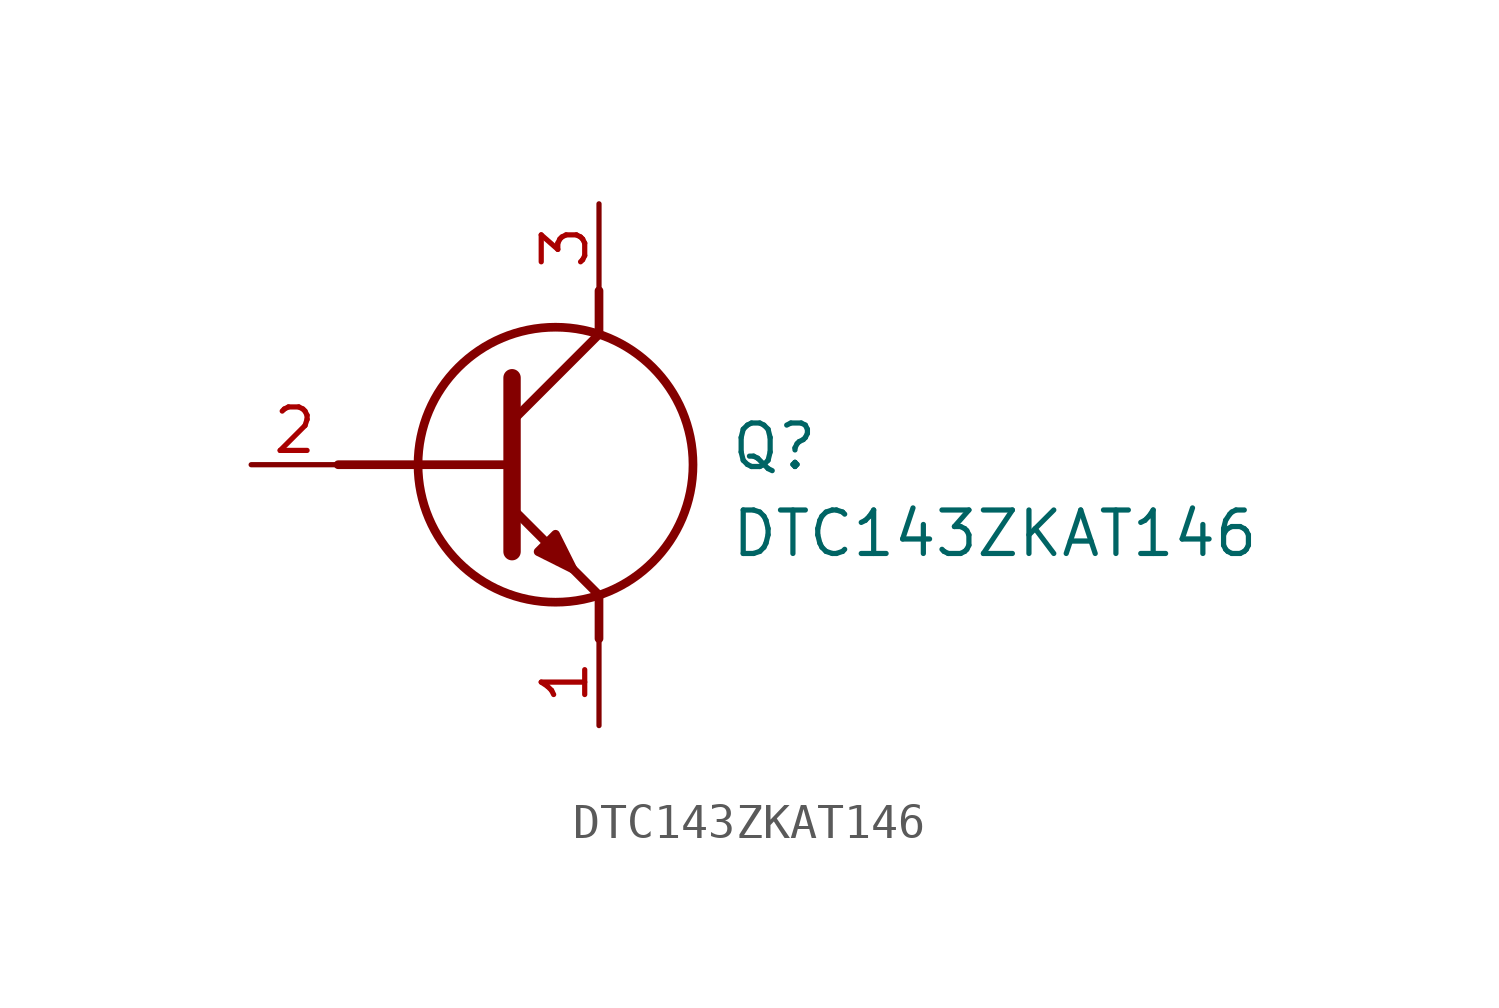
<source format=kicad_sym>
(kicad_symbol_lib
  (version 20211014)
  (generator SamacSys_ECAD_Model)
  (symbol "DTC143ZKAT146"
    (pin_names hide)
    (property "Reference" "Q"
      (at 13.97 1.27 0)
      (effects (font (size 1.27 1.27)) (justify left top)))
    (property "Value" "DTC143ZKAT146"
      (at 13.97 -1.27 0)
      (effects (font (size 1.27 1.27)) (justify left top)))
    (polyline
      (pts (xy 7.62 2.54) (xy 7.62 -2.54))
      (stroke (width 0.508) (type default))
      (fill (type none)))
    (polyline
      (pts (xy 7.62 1.27) (xy 10.16 3.81))
      (stroke (width 0.254) (type default))
      (fill (type none)))
    (polyline
      (pts (xy 7.62 -1.27) (xy 10.16 -3.81))
      (stroke (width 0.254) (type default))
      (fill (type none)))
    (polyline
      (pts (xy 10.16 -3.81) (xy 10.16 -5.08))
      (stroke (width 0.254) (type default))
      (fill (type none)))
    (polyline
      (pts (xy 10.16 3.81) (xy 10.16 5.08))
      (stroke (width 0.254) (type default))
      (fill (type none)))
    (polyline
      (pts (xy 2.54 0) (xy 7.62 0))
      (stroke (width 0.254) (type default))
      (fill (type none)))
    (circle
      (center 8.89 0)
      (radius 4.016)
      (stroke (width 0.254) (type default))
      (fill (type none)))
    (polyline
      (pts (xy 8.382 -2.54) (xy 8.89 -2.032) (xy 9.398 -3.048) (xy 8.382 -2.54))
      (stroke (width 0.254) (type default))
      (fill (type outline)))
    (pin input line
      (at 0 0 0)
      (length 2.54)
      (name "B" (effects (font (size 1.27 1.27))))
      (number "2" (effects (font (size 1.27 1.27)))))
    (pin power_in line
      (at 10.16 -7.62 90)
      (length 2.54)
      (name "E" (effects (font (size 1.27 1.27))))
      (number "1" (effects (font (size 1.27 1.27)))))
    (pin output line
      (at 10.16 7.62 270)
      (length 2.54)
      (name "C" (effects (font (size 1.27 1.27))))
      (number "3" (effects (font (size 1.27 1.27)))))))
</source>
